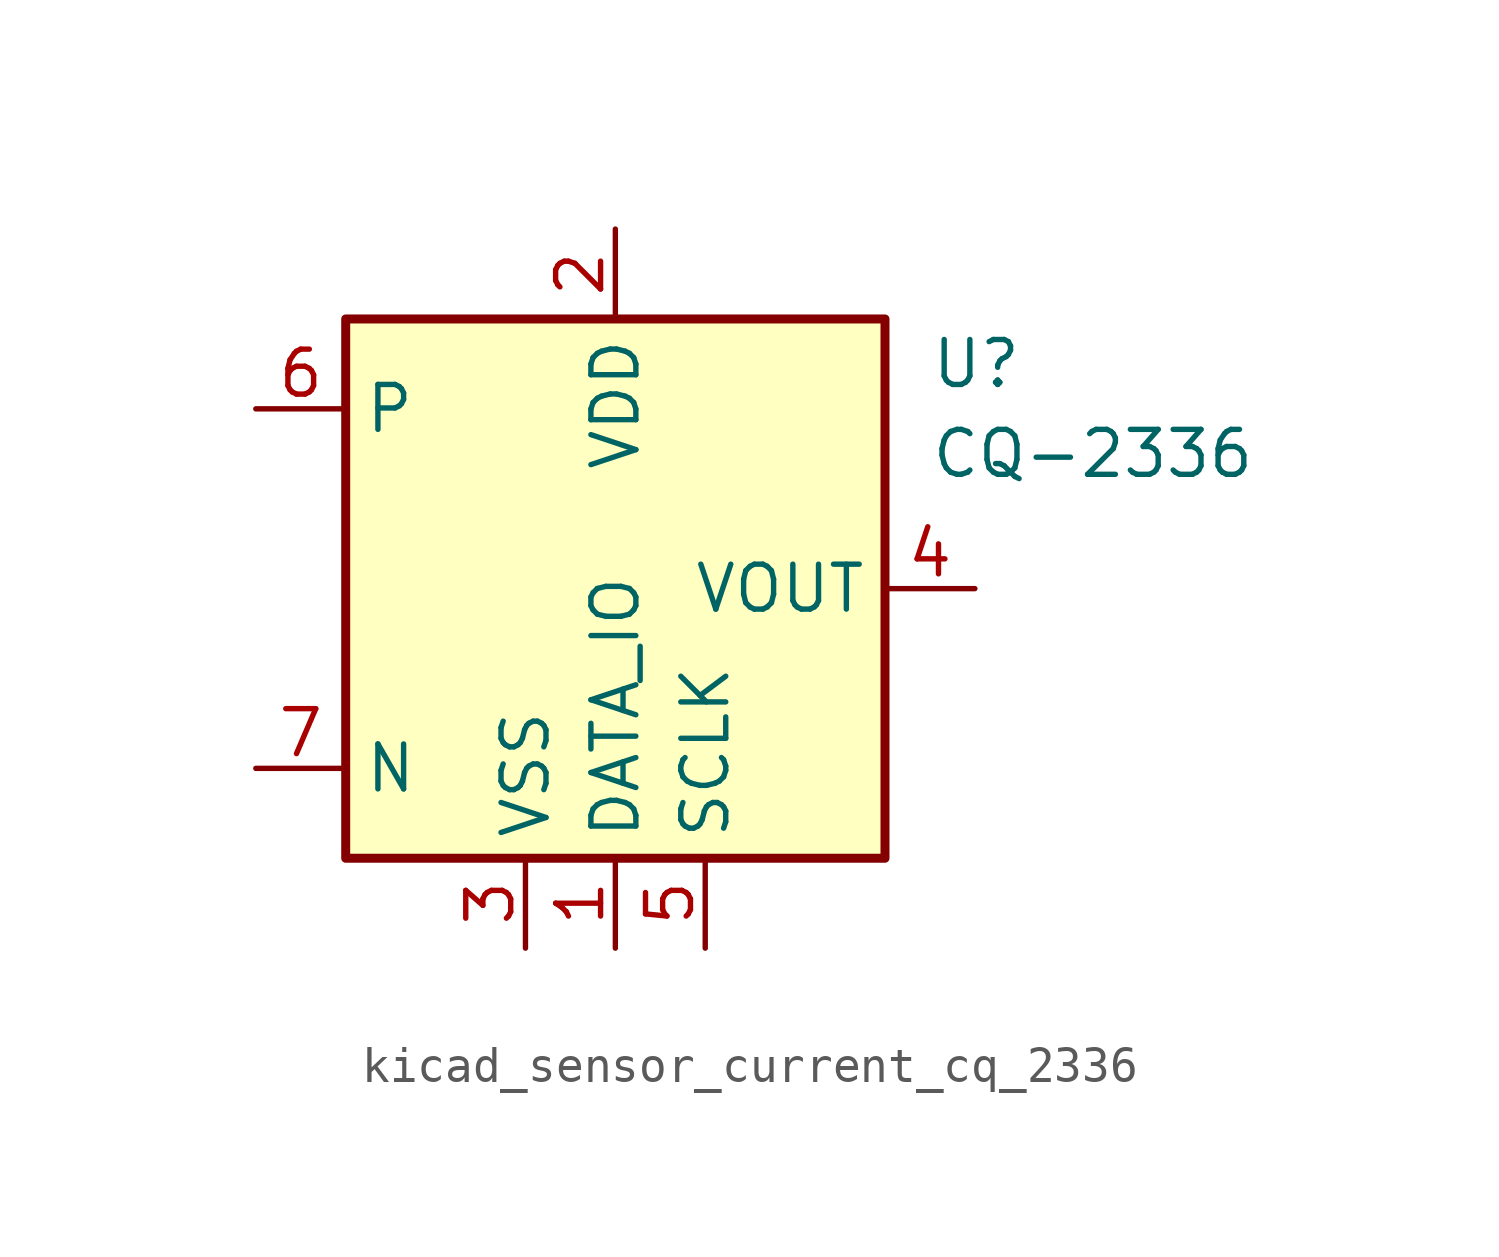
<source format=kicad_sym>
(kicad_symbol_lib
  (version 20220914)
  (generator kicad_symbol_editor)
  (symbol "kicad_sensor_current_cq_2336"
    (property "Reference" "U"
      (at 8.89 6.35 0)
      (effects (font (size 1.27 1.27)) (justify left)))
    (property "Value" "CQ-2336"
      (at 8.89 3.81 0)
      (effects (font (size 1.27 1.27)) (justify left)))
    (symbol "kicad_sensor_current_cq_2336_0_1"
      (rectangle (start -7.62 7.62) (end 7.62 -7.62) (stroke (width 0.254) (type default)) (fill (type background))))
    (symbol "kicad_sensor_current_cq_2336_1_1"
      (pin power_in line (at 0 -10.16 90) (length 2.54) (name "DATA_IO" (effects (font (size 1.27 1.27)))) (number "1" (effects (font (size 1.27 1.27)))))
      (pin power_in line (at 0 10.16 270) (length 2.54) (name "VDD" (effects (font (size 1.27 1.27)))) (number "2" (effects (font (size 1.27 1.27)))))
      (pin power_in line (at -2.54 -10.16 90) (length 2.54) (name "VSS" (effects (font (size 1.27 1.27)))) (number "3" (effects (font (size 1.27 1.27)))))
      (pin output line (at 10.16 0 180) (length 2.54) (name "VOUT" (effects (font (size 1.27 1.27)))) (number "4" (effects (font (size 1.27 1.27)))))
      (pin power_in line (at 2.54 -10.16 90) (length 2.54) (name "SCLK" (effects (font (size 1.27 1.27)))) (number "5" (effects (font (size 1.27 1.27)))))
      (pin passive line (at -10.16 5.08 0) (length 2.54) (name "P" (effects (font (size 1.27 1.27)))) (number "6" (effects (font (size 1.27 1.27)))))
      (pin passive line (at -10.16 -5.08 0) (length 2.54) (name "N" (effects (font (size 1.27 1.27)))) (number "7" (effects (font (size 1.27 1.27))))))))
</source>
